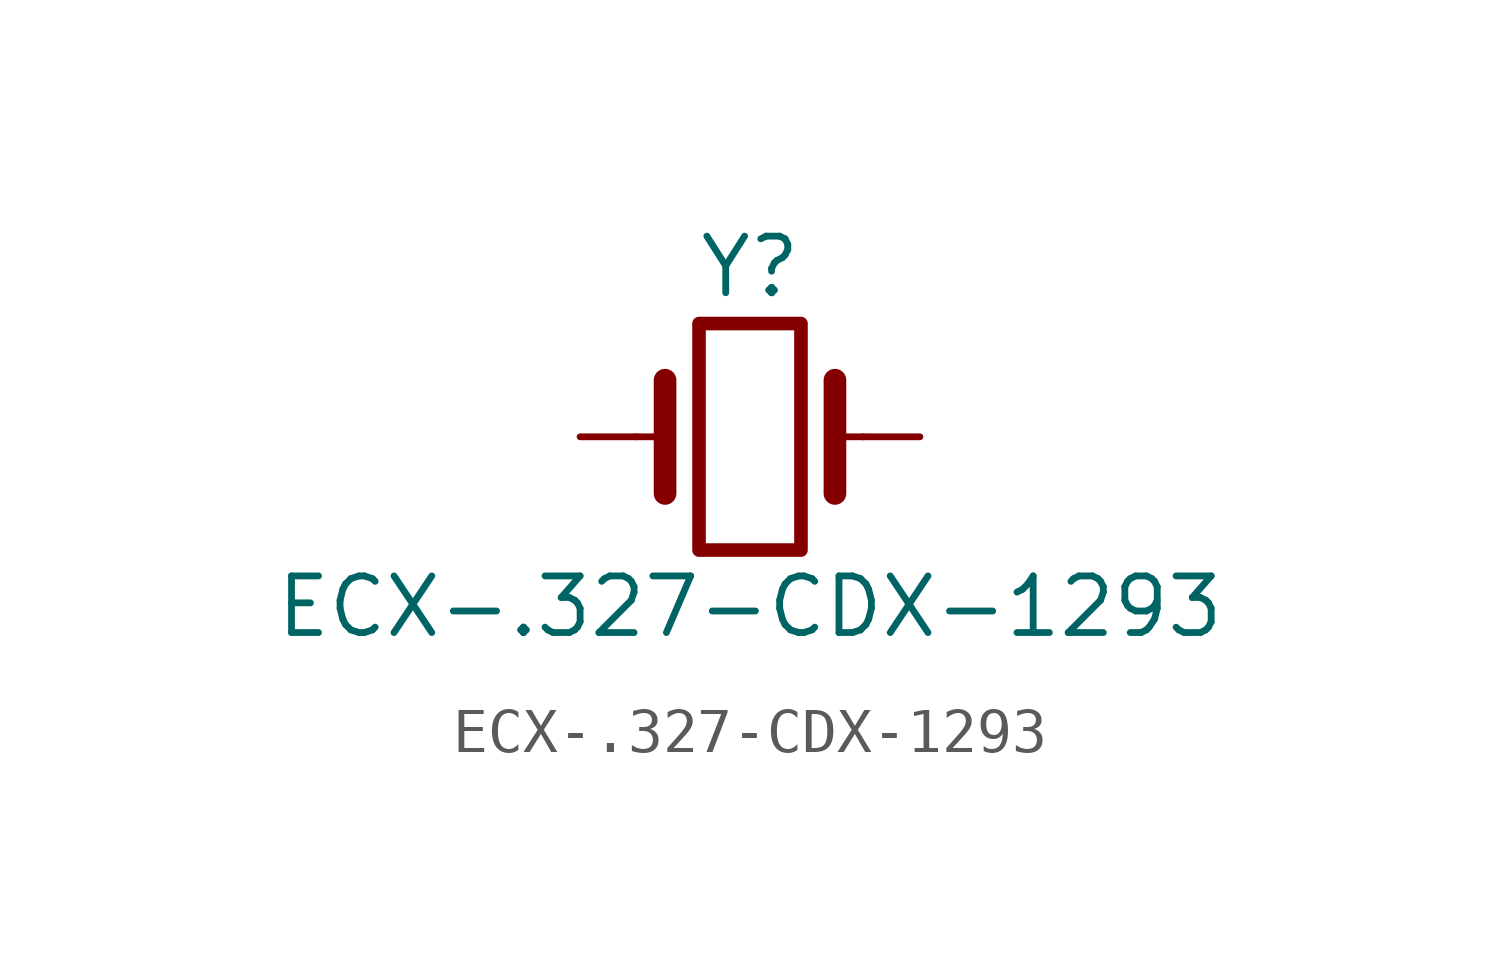
<source format=kicad_sym>
(kicad_symbol_lib
  (version 20211014)
  (generator kicad_symbol_editor)
  (symbol "ECX-.327-CDX-1293"
    (pin_numbers hide)
    (pin_names
      (offset 1.016) hide)
    (property "Reference" "Y"
      (at 0 3.81 0)
      (effects (font (size 1.27 1.27))))
    (property "Value" "ECX-.327-CDX-1293"
      (at 0 -3.81 0)
      (effects (font (size 1.27 1.27))))
    (symbol "ECX-.327-CDX-1293_0_1"
      (rectangle (start -1.143 2.54) (end 1.143 -2.54) (stroke (width 0.305) (type default) (color 0 0 0 0)) (fill (type none)))
      (polyline (pts (xy -2.54 0) (xy -1.905 0)) (stroke (width 0) (type default) (color 0 0 0 0)) (fill (type none)))
      (polyline (pts (xy -1.905 -1.27) (xy -1.905 1.27)) (stroke (width 0.508) (type default) (color 0 0 0 0)) (fill (type none)))
      (polyline (pts (xy 1.905 -1.27) (xy 1.905 1.27)) (stroke (width 0.508) (type default) (color 0 0 0 0)) (fill (type none)))
      (polyline (pts (xy 2.54 0) (xy 1.905 0)) (stroke (width 0) (type default) (color 0 0 0 0)) (fill (type none))))
    (symbol "ECX-.327-CDX-1293_1_1"
      (pin passive line (at -3.81 0 0) (length 1.27) (name "1" (effects (font (size 1.27 1.27)))) (number "1" (effects (font (size 1.27 1.27)))))
      (pin passive line (at 3.81 0 180) (length 1.27) (name "2" (effects (font (size 1.27 1.27)))) (number "2" (effects (font (size 1.27 1.27))))))))
</source>
